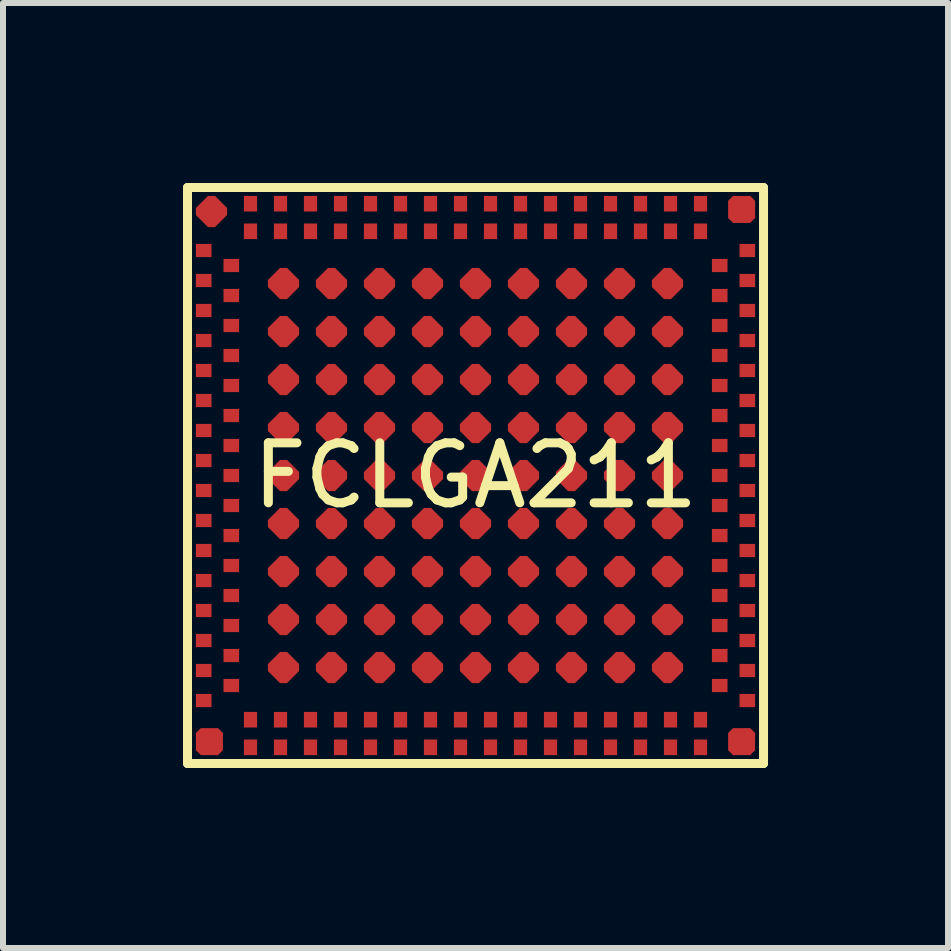
<source format=kicad_pcb>
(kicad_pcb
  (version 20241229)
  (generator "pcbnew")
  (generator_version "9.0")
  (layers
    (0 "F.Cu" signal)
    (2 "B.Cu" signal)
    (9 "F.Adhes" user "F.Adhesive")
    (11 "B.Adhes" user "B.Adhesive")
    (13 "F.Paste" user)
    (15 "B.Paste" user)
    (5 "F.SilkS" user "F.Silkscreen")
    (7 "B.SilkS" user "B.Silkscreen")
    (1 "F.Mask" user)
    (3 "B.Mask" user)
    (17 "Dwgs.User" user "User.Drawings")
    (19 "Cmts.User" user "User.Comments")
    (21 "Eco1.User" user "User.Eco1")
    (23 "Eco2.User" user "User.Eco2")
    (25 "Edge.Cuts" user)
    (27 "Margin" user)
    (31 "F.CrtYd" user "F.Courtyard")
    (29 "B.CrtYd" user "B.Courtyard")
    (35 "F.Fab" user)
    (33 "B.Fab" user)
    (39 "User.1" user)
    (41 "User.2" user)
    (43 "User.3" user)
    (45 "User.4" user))
  (footprint "FCLGA211"
    (layer "F.Cu")
    (at 4.875 4.875)
    (property "Reference" "FCLGA211" (at 0 0 0) (layer "F.SilkS") (effects (font (size 1 1) (thickness 0.15))))
    (attr through_hole)
    (fp_line (start -4.8 -4.8) (end 4.8 -4.8) (stroke (width 0.15) (type solid)) (layer "F.SilkS"))
    (fp_line (start -4.8 4.8) (end -4.8 -4.8) (stroke (width 0.15) (type solid)) (layer "F.SilkS"))
    (fp_line (start 4.8 -4.8) (end 4.8 4.8) (stroke (width 0.15) (type solid)) (layer "F.SilkS"))
    (fp_line (start 4.8 4.8) (end -4.8 4.8) (stroke (width 0.15) (type solid)) (layer "F.SilkS"))
    (pad "2" smd rect (at -4.53 -3.75) (size 0.26 0.22) (layers "F.Cu" "F.Mask" "F.Paste"))
    (pad "3" smd rect (at -4.53 -3.25) (size 0.26 0.22) (layers "F.Cu" "F.Mask" "F.Paste"))
    (pad "4" smd rect (at -4.53 -2.75) (size 0.26 0.22) (layers "F.Cu" "F.Mask" "F.Paste"))
    (pad "5" smd rect (at -4.53 -2.25) (size 0.26 0.22) (layers "F.Cu" "F.Mask" "F.Paste"))
    (pad "6" smd rect (at -4.53 -1.75) (size 0.26 0.22) (layers "F.Cu" "F.Mask" "F.Paste"))
    (pad "7" smd rect (at -4.53 -1.25) (size 0.26 0.22) (layers "F.Cu" "F.Mask" "F.Paste"))
    (pad "8" smd rect (at -4.53 -0.75) (size 0.26 0.22) (layers "F.Cu" "F.Mask" "F.Paste"))
    (pad "9" smd rect (at -4.53 -0.25) (size 0.26 0.22) (layers "F.Cu" "F.Mask" "F.Paste"))
    (pad "10" smd rect (at -4.53 0.25) (size 0.26 0.22) (layers "F.Cu" "F.Mask" "F.Paste"))
    (pad "11" smd rect (at -4.53 0.75) (size 0.26 0.22) (layers "F.Cu" "F.Mask" "F.Paste"))
    (pad "12" smd rect (at -4.53 1.25) (size 0.26 0.22) (layers "F.Cu" "F.Mask" "F.Paste"))
    (pad "13" smd rect (at -4.53 1.75) (size 0.26 0.22) (layers "F.Cu" "F.Mask" "F.Paste"))
    (pad "14" smd rect (at -4.53 2.25) (size 0.26 0.22) (layers "F.Cu" "F.Mask" "F.Paste"))
    (pad "15" smd rect (at -4.53 2.75) (size 0.26 0.22) (layers "F.Cu" "F.Mask" "F.Paste"))
    (pad "16" smd rect (at -4.53 3.25) (size 0.26 0.22) (layers "F.Cu" "F.Mask" "F.Paste"))
    (pad "17" smd rect (at -4.53 3.75) (size 0.26 0.22) (layers "F.Cu" "F.Mask" "F.Paste"))
    (pad "18" smd custom (at -4.435 4.435) (size 0.1 0.1) (layers "F.Cu" "F.Mask" "F.Paste") (options (anchor rect)) (primitives (gr_poly (pts (xy -0.143 -0.225) (xy -0.225 -0.143) (xy -0.225 0.143) (xy -0.143 0.225) (xy 0.143 0.225) (xy 0.225 0.143) (xy 0.225 -0.143) (xy 0.143 -0.225)) (width 0) (fill yes))))
    (pad "19" smd rect (at -3.75 4.53 90) (size 0.26 0.22) (layers "F.Cu" "F.Mask" "F.Paste"))
    (pad "20" smd rect (at -3.25 4.53 90) (size 0.26 0.22) (layers "F.Cu" "F.Mask" "F.Paste"))
    (pad "21" smd rect (at -2.75 4.53 90) (size 0.26 0.22) (layers "F.Cu" "F.Mask" "F.Paste"))
    (pad "22" smd rect (at -2.25 4.53 90) (size 0.26 0.22) (layers "F.Cu" "F.Mask" "F.Paste"))
    (pad "23" smd rect (at -1.75 4.53 90) (size 0.26 0.22) (layers "F.Cu" "F.Mask" "F.Paste"))
    (pad "24" smd rect (at -1.25 4.53 90) (size 0.26 0.22) (layers "F.Cu" "F.Mask" "F.Paste"))
    (pad "25" smd rect (at -0.75 4.53 90) (size 0.26 0.22) (layers "F.Cu" "F.Mask" "F.Paste"))
    (pad "26" smd rect (at -0.25 4.53 90) (size 0.26 0.22) (layers "F.Cu" "F.Mask" "F.Paste"))
    (pad "27" smd rect (at 0.25 4.53 90) (size 0.26 0.22) (layers "F.Cu" "F.Mask" "F.Paste"))
    (pad "28" smd rect (at 0.75 4.53 90) (size 0.26 0.22) (layers "F.Cu" "F.Mask" "F.Paste"))
    (pad "29" smd rect (at 1.25 4.53 90) (size 0.26 0.22) (layers "F.Cu" "F.Mask" "F.Paste"))
    (pad "30" smd rect (at 1.75 4.53 90) (size 0.26 0.22) (layers "F.Cu" "F.Mask" "F.Paste"))
    (pad "31" smd rect (at 2.25 4.53 90) (size 0.26 0.22) (layers "F.Cu" "F.Mask" "F.Paste"))
    (pad "32" smd rect (at 2.75 4.53 90) (size 0.26 0.22) (layers "F.Cu" "F.Mask" "F.Paste"))
    (pad "33" smd rect (at 3.25 4.53 90) (size 0.26 0.22) (layers "F.Cu" "F.Mask" "F.Paste"))
    (pad "34" smd rect (at 3.75 4.53 90) (size 0.26 0.22) (layers "F.Cu" "F.Mask" "F.Paste"))
    (pad "35" smd custom (at 4.435 4.435) (size 0.1 0.1) (layers "F.Cu" "F.Mask" "F.Paste") (options (anchor rect)) (primitives (gr_poly (pts (xy -0.143 -0.225) (xy -0.225 -0.143) (xy -0.225 0.143) (xy -0.143 0.225) (xy 0.143 0.225) (xy 0.225 0.143) (xy 0.225 -0.143) (xy 0.143 -0.225)) (width 0) (fill yes))))
    (pad "36" smd rect (at 4.53 3.75) (size 0.26 0.22) (layers "F.Cu" "F.Mask" "F.Paste"))
    (pad "37" smd rect (at 4.53 3.25) (size 0.26 0.22) (layers "F.Cu" "F.Mask" "F.Paste"))
    (pad "38" smd rect (at 4.53 2.75) (size 0.26 0.22) (layers "F.Cu" "F.Mask" "F.Paste"))
    (pad "39" smd rect (at 4.53 2.25) (size 0.26 0.22) (layers "F.Cu" "F.Mask" "F.Paste"))
    (pad "40" smd rect (at 4.53 1.75) (size 0.26 0.22) (layers "F.Cu" "F.Mask" "F.Paste"))
    (pad "41" smd rect (at 4.53 1.25) (size 0.26 0.22) (layers "F.Cu" "F.Mask" "F.Paste"))
    (pad "42" smd rect (at 4.53 0.75) (size 0.26 0.22) (layers "F.Cu" "F.Mask" "F.Paste"))
    (pad "43" smd rect (at 4.53 0.25) (size 0.26 0.22) (layers "F.Cu" "F.Mask" "F.Paste"))
    (pad "44" smd rect (at 4.53 -0.25) (size 0.26 0.22) (layers "F.Cu" "F.Mask" "F.Paste"))
    (pad "45" smd rect (at 4.53 -0.75) (size 0.26 0.22) (layers "F.Cu" "F.Mask" "F.Paste"))
    (pad "46" smd rect (at 4.53 -1.25) (size 0.26 0.22) (layers "F.Cu" "F.Mask" "F.Paste"))
    (pad "47" smd rect (at 4.53 -1.75) (size 0.26 0.22) (layers "F.Cu" "F.Mask" "F.Paste"))
    (pad "48" smd rect (at 4.53 -2.25) (size 0.26 0.22) (layers "F.Cu" "F.Mask" "F.Paste"))
    (pad "49" smd rect (at 4.53 -2.75) (size 0.26 0.22) (layers "F.Cu" "F.Mask" "F.Paste"))
    (pad "50" smd rect (at 4.53 -3.25) (size 0.26 0.22) (layers "F.Cu" "F.Mask" "F.Paste"))
    (pad "51" smd rect (at 4.53 -3.75) (size 0.26 0.22) (layers "F.Cu" "F.Mask" "F.Paste"))
    (pad "52" smd custom (at 4.435 -4.435) (size 0.1 0.1) (layers "F.Cu" "F.Mask" "F.Paste") (options (anchor rect)) (primitives (gr_poly (pts (xy -0.143 -0.225) (xy -0.225 -0.143) (xy -0.225 0.143) (xy -0.143 0.225) (xy 0.143 0.225) (xy 0.225 0.143) (xy 0.225 -0.143) (xy 0.143 -0.225)) (width 0) (fill yes))))
    (pad "53" smd rect (at 3.75 -4.53 90) (size 0.26 0.22) (layers "F.Cu" "F.Mask" "F.Paste"))
    (pad "54" smd rect (at 3.25 -4.53 90) (size 0.26 0.22) (layers "F.Cu" "F.Mask" "F.Paste"))
    (pad "55" smd rect (at 2.75 -4.53 90) (size 0.26 0.22) (layers "F.Cu" "F.Mask" "F.Paste"))
    (pad "56" smd rect (at 2.25 -4.53 90) (size 0.26 0.22) (layers "F.Cu" "F.Mask" "F.Paste"))
    (pad "57" smd rect (at 1.75 -4.53 90) (size 0.26 0.22) (layers "F.Cu" "F.Mask" "F.Paste"))
    (pad "58" smd rect (at 1.25 -4.53 90) (size 0.26 0.22) (layers "F.Cu" "F.Mask" "F.Paste"))
    (pad "59" smd rect (at 0.75 -4.53 90) (size 0.26 0.22) (layers "F.Cu" "F.Mask" "F.Paste"))
    (pad "60" smd rect (at 0.25 -4.53 90) (size 0.26 0.22) (layers "F.Cu" "F.Mask" "F.Paste"))
    (pad "61" smd rect (at -0.25 -4.53 90) (size 0.26 0.22) (layers "F.Cu" "F.Mask" "F.Paste"))
    (pad "62" smd rect (at -0.75 -4.53 90) (size 0.26 0.22) (layers "F.Cu" "F.Mask" "F.Paste"))
    (pad "63" smd rect (at -1.25 -4.53 90) (size 0.26 0.22) (layers "F.Cu" "F.Mask" "F.Paste"))
    (pad "64" smd rect (at -1.75 -4.53 90) (size 0.26 0.22) (layers "F.Cu" "F.Mask" "F.Paste"))
    (pad "65" smd rect (at -2.25 -4.53 90) (size 0.26 0.22) (layers "F.Cu" "F.Mask" "F.Paste"))
    (pad "66" smd rect (at -2.75 -4.53 90) (size 0.26 0.22) (layers "F.Cu" "F.Mask" "F.Paste"))
    (pad "67" smd rect (at -3.25 -4.53 90) (size 0.26 0.22) (layers "F.Cu" "F.Mask" "F.Paste"))
    (pad "68" smd rect (at -3.75 -4.53 90) (size 0.26 0.22) (layers "F.Cu" "F.Mask" "F.Paste"))
    (pad "69" smd rect (at -4.07 -3.5) (size 0.26 0.22) (layers "F.Cu" "F.Mask" "F.Paste"))
    (pad "70" smd rect (at -4.07 -3) (size 0.26 0.22) (layers "F.Cu" "F.Mask" "F.Paste"))
    (pad "71" smd rect (at -4.07 -2.5) (size 0.26 0.22) (layers "F.Cu" "F.Mask" "F.Paste"))
    (pad "72" smd rect (at -4.07 -2) (size 0.26 0.22) (layers "F.Cu" "F.Mask" "F.Paste"))
    (pad "73" smd rect (at -4.07 -1.5) (size 0.26 0.22) (layers "F.Cu" "F.Mask" "F.Paste"))
    (pad "74" smd rect (at -4.07 -1) (size 0.26 0.22) (layers "F.Cu" "F.Mask" "F.Paste"))
    (pad "75" smd rect (at -4.07 -0.5) (size 0.26 0.22) (layers "F.Cu" "F.Mask" "F.Paste"))
    (pad "76" smd rect (at -4.07 0) (size 0.26 0.22) (layers "F.Cu" "F.Mask" "F.Paste"))
    (pad "77" smd rect (at -4.07 0.5) (size 0.26 0.22) (layers "F.Cu" "F.Mask" "F.Paste"))
    (pad "78" smd rect (at -4.07 1) (size 0.26 0.22) (layers "F.Cu" "F.Mask" "F.Paste"))
    (pad "79" smd rect (at -4.07 1.5) (size 0.26 0.22) (layers "F.Cu" "F.Mask" "F.Paste"))
    (pad "80" smd rect (at -4.07 2) (size 0.26 0.22) (layers "F.Cu" "F.Mask" "F.Paste"))
    (pad "81" smd rect (at -4.07 2.5) (size 0.26 0.22) (layers "F.Cu" "F.Mask" "F.Paste"))
    (pad "82" smd rect (at -4.07 3) (size 0.26 0.22) (layers "F.Cu" "F.Mask" "F.Paste"))
    (pad "83" smd rect (at -4.07 3.5) (size 0.26 0.22) (layers "F.Cu" "F.Mask" "F.Paste"))
    (pad "84" smd rect (at -3.75 4.07 90) (size 0.26 0.22) (layers "F.Cu" "F.Mask" "F.Paste"))
    (pad "85" smd rect (at -3.25 4.07 90) (size 0.26 0.22) (layers "F.Cu" "F.Mask" "F.Paste"))
    (pad "86" smd rect (at -2.75 4.07 90) (size 0.26 0.22) (layers "F.Cu" "F.Mask" "F.Paste"))
    (pad "87" smd rect (at -2.25 4.07 90) (size 0.26 0.22) (layers "F.Cu" "F.Mask" "F.Paste"))
    (pad "88" smd rect (at -1.75 4.07 90) (size 0.26 0.22) (layers "F.Cu" "F.Mask" "F.Paste"))
    (pad "89" smd rect (at -1.25 4.07 90) (size 0.26 0.22) (layers "F.Cu" "F.Mask" "F.Paste"))
    (pad "90" smd rect (at -0.75 4.07 90) (size 0.26 0.22) (layers "F.Cu" "F.Mask" "F.Paste"))
    (pad "91" smd rect (at -0.25 4.07 90) (size 0.26 0.22) (layers "F.Cu" "F.Mask" "F.Paste"))
    (pad "92" smd rect (at 0.25 4.07 90) (size 0.26 0.22) (layers "F.Cu" "F.Mask" "F.Paste"))
    (pad "93" smd rect (at 0.75 4.07 90) (size 0.26 0.22) (layers "F.Cu" "F.Mask" "F.Paste"))
    (pad "94" smd rect (at 1.25 4.07 90) (size 0.26 0.22) (layers "F.Cu" "F.Mask" "F.Paste"))
    (pad "95" smd rect (at 1.75 4.07 90) (size 0.26 0.22) (layers "F.Cu" "F.Mask" "F.Paste"))
    (pad "96" smd rect (at 2.25 4.07 90) (size 0.26 0.22) (layers "F.Cu" "F.Mask" "F.Paste"))
    (pad "97" smd rect (at 2.75 4.07 90) (size 0.26 0.22) (layers "F.Cu" "F.Mask" "F.Paste"))
    (pad "98" smd rect (at 3.25 4.07 90) (size 0.26 0.22) (layers "F.Cu" "F.Mask" "F.Paste"))
    (pad "99" smd rect (at 3.75 4.07 90) (size 0.26 0.22) (layers "F.Cu" "F.Mask" "F.Paste"))
    (pad "100" smd rect (at 4.07 3.5) (size 0.26 0.22) (layers "F.Cu" "F.Mask" "F.Paste"))
    (pad "101" smd rect (at 4.07 3) (size 0.26 0.22) (layers "F.Cu" "F.Mask" "F.Paste"))
    (pad "102" smd rect (at 4.07 2.5) (size 0.26 0.22) (layers "F.Cu" "F.Mask" "F.Paste"))
    (pad "103" smd rect (at 4.07 2) (size 0.26 0.22) (layers "F.Cu" "F.Mask" "F.Paste"))
    (pad "104" smd rect (at 4.07 1.5) (size 0.26 0.22) (layers "F.Cu" "F.Mask" "F.Paste"))
    (pad "105" smd rect (at 4.07 1) (size 0.26 0.22) (layers "F.Cu" "F.Mask" "F.Paste"))
    (pad "106" smd rect (at 4.07 0.5) (size 0.26 0.22) (layers "F.Cu" "F.Mask" "F.Paste"))
    (pad "107" smd rect (at 4.07 0) (size 0.26 0.22) (layers "F.Cu" "F.Mask" "F.Paste"))
    (pad "108" smd rect (at 4.07 -0.5) (size 0.26 0.22) (layers "F.Cu" "F.Mask" "F.Paste"))
    (pad "109" smd rect (at 4.07 -1) (size 0.26 0.22) (layers "F.Cu" "F.Mask" "F.Paste"))
    (pad "110" smd rect (at 4.07 -1.5) (size 0.26 0.22) (layers "F.Cu" "F.Mask" "F.Paste"))
    (pad "111" smd rect (at 4.07 -2) (size 0.26 0.22) (layers "F.Cu" "F.Mask" "F.Paste"))
    (pad "112" smd rect (at 4.07 -2.5) (size 0.26 0.22) (layers "F.Cu" "F.Mask" "F.Paste"))
    (pad "113" smd rect (at 4.07 -3) (size 0.26 0.22) (layers "F.Cu" "F.Mask" "F.Paste"))
    (pad "114" smd rect (at 4.07 -3.5) (size 0.26 0.22) (layers "F.Cu" "F.Mask" "F.Paste"))
    (pad "115" smd rect (at 3.75 -4.07 90) (size 0.26 0.22) (layers "F.Cu" "F.Mask" "F.Paste"))
    (pad "116" smd rect (at 3.25 -4.07 90) (size 0.26 0.22) (layers "F.Cu" "F.Mask" "F.Paste"))
    (pad "117" smd rect (at 2.75 -4.07 90) (size 0.26 0.22) (layers "F.Cu" "F.Mask" "F.Paste"))
    (pad "118" smd rect (at 2.25 -4.07 90) (size 0.26 0.22) (layers "F.Cu" "F.Mask" "F.Paste"))
    (pad "119" smd rect (at 1.75 -4.07 90) (size 0.26 0.22) (layers "F.Cu" "F.Mask" "F.Paste"))
    (pad "120" smd rect (at 1.25 -4.07 90) (size 0.26 0.22) (layers "F.Cu" "F.Mask" "F.Paste"))
    (pad "121" smd rect (at 0.75 -4.07 90) (size 0.26 0.22) (layers "F.Cu" "F.Mask" "F.Paste"))
    (pad "122" smd rect (at 0.25 -4.07 90) (size 0.26 0.22) (layers "F.Cu" "F.Mask" "F.Paste"))
    (pad "123" smd rect (at -0.25 -4.07 90) (size 0.26 0.22) (layers "F.Cu" "F.Mask" "F.Paste"))
    (pad "124" smd rect (at -0.75 -4.07 90) (size 0.26 0.22) (layers "F.Cu" "F.Mask" "F.Paste"))
    (pad "125" smd rect (at -1.25 -4.07 90) (size 0.26 0.22) (layers "F.Cu" "F.Mask" "F.Paste"))
    (pad "126" smd rect (at -1.75 -4.07 90) (size 0.26 0.22) (layers "F.Cu" "F.Mask" "F.Paste"))
    (pad "127" smd rect (at -2.25 -4.07 90) (size 0.26 0.22) (layers "F.Cu" "F.Mask" "F.Paste"))
    (pad "128" smd rect (at -2.75 -4.07 90) (size 0.26 0.22) (layers "F.Cu" "F.Mask" "F.Paste"))
    (pad "129" smd rect (at -3.25 -4.07 90) (size 0.26 0.22) (layers "F.Cu" "F.Mask" "F.Paste"))
    (pad "130" smd rect (at -3.75 -4.07 90) (size 0.26 0.22) (layers "F.Cu" "F.Mask" "F.Paste"))
    (pad "131" smd custom (at -3.2 -3.2) (size 0.1 0.1) (layers "F.Cu" "F.Mask" "F.Paste") (options (anchor rect)) (primitives (gr_poly (pts (xy 0.058 -0.26) (xy -0.058 -0.26) (xy -0.26 -0.058) (xy -0.26 0.058) (xy -0.058 0.26) (xy 0.058 0.26) (xy 0.26 0.058) (xy 0.26 -0.058)) (width 0) (fill yes))))
    (pad "132" smd custom (at -4.4 -4.4) (size 0.1 0.1) (layers "F.Cu" "F.Mask" "F.Paste") (options (anchor rect)) (primitives (gr_poly (pts (xy 0.058 -0.26) (xy -0.058 -0.26) (xy -0.26 -0.058) (xy -0.26 0.058) (xy -0.058 0.26) (xy 0.058 0.26) (xy 0.26 0.058) (xy 0.26 -0.058)) (width 0) (fill yes))))
    (pad "132" smd custom (at -2.4 -3.2) (size 0.1 0.1) (layers "F.Cu" "F.Mask" "F.Paste") (options (anchor rect)) (primitives (gr_poly (pts (xy 0.058 -0.26) (xy -0.058 -0.26) (xy -0.26 -0.058) (xy -0.26 0.058) (xy -0.058 0.26) (xy 0.058 0.26) (xy 0.26 0.058) (xy 0.26 -0.058)) (width 0) (fill yes))))
    (pad "133" smd custom (at -1.6 -3.2) (size 0.1 0.1) (layers "F.Cu" "F.Mask" "F.Paste") (options (anchor rect)) (primitives (gr_poly (pts (xy 0.058 -0.26) (xy -0.058 -0.26) (xy -0.26 -0.058) (xy -0.26 0.058) (xy -0.058 0.26) (xy 0.058 0.26) (xy 0.26 0.058) (xy 0.26 -0.058)) (width 0) (fill yes))))
    (pad "134" smd custom (at -0.8 -3.2) (size 0.1 0.1) (layers "F.Cu" "F.Mask" "F.Paste") (options (anchor rect)) (primitives (gr_poly (pts (xy 0.058 -0.26) (xy -0.058 -0.26) (xy -0.26 -0.058) (xy -0.26 0.058) (xy -0.058 0.26) (xy 0.058 0.26) (xy 0.26 0.058) (xy 0.26 -0.058)) (width 0) (fill yes))))
    (pad "135" smd custom (at 0 -3.2) (size 0.1 0.1) (layers "F.Cu" "F.Mask" "F.Paste") (options (anchor rect)) (primitives (gr_poly (pts (xy 0.058 -0.26) (xy -0.058 -0.26) (xy -0.26 -0.058) (xy -0.26 0.058) (xy -0.058 0.26) (xy 0.058 0.26) (xy 0.26 0.058) (xy 0.26 -0.058)) (width 0) (fill yes))))
    (pad "136" smd custom (at 0.8 -3.2) (size 0.1 0.1) (layers "F.Cu" "F.Mask" "F.Paste") (options (anchor rect)) (primitives (gr_poly (pts (xy 0.058 -0.26) (xy -0.058 -0.26) (xy -0.26 -0.058) (xy -0.26 0.058) (xy -0.058 0.26) (xy 0.058 0.26) (xy 0.26 0.058) (xy 0.26 -0.058)) (width 0) (fill yes))))
    (pad "137" smd custom (at 1.6 -3.2) (size 0.1 0.1) (layers "F.Cu" "F.Mask" "F.Paste") (options (anchor rect)) (primitives (gr_poly (pts (xy 0.058 -0.26) (xy -0.058 -0.26) (xy -0.26 -0.058) (xy -0.26 0.058) (xy -0.058 0.26) (xy 0.058 0.26) (xy 0.26 0.058) (xy 0.26 -0.058)) (width 0) (fill yes))))
    (pad "138" smd custom (at 2.4 -3.2) (size 0.1 0.1) (layers "F.Cu" "F.Mask" "F.Paste") (options (anchor rect)) (primitives (gr_poly (pts (xy 0.058 -0.26) (xy -0.058 -0.26) (xy -0.26 -0.058) (xy -0.26 0.058) (xy -0.058 0.26) (xy 0.058 0.26) (xy 0.26 0.058) (xy 0.26 -0.058)) (width 0) (fill yes))))
    (pad "139" smd custom (at 3.2 -3.2) (size 0.1 0.1) (layers "F.Cu" "F.Mask" "F.Paste") (options (anchor rect)) (primitives (gr_poly (pts (xy 0.058 -0.26) (xy -0.058 -0.26) (xy -0.26 -0.058) (xy -0.26 0.058) (xy -0.058 0.26) (xy 0.058 0.26) (xy 0.26 0.058) (xy 0.26 -0.058)) (width 0) (fill yes))))
    (pad "140" smd custom (at -3.2 -2.4) (size 0.1 0.1) (layers "F.Cu" "F.Mask" "F.Paste") (options (anchor rect)) (primitives (gr_poly (pts (xy 0.058 -0.26) (xy -0.058 -0.26) (xy -0.26 -0.058) (xy -0.26 0.058) (xy -0.058 0.26) (xy 0.058 0.26) (xy 0.26 0.058) (xy 0.26 -0.058)) (width 0) (fill yes))))
    (pad "141" smd custom (at -2.4 -2.4) (size 0.1 0.1) (layers "F.Cu" "F.Mask" "F.Paste") (options (anchor rect)) (primitives (gr_poly (pts (xy 0.058 -0.26) (xy -0.058 -0.26) (xy -0.26 -0.058) (xy -0.26 0.058) (xy -0.058 0.26) (xy 0.058 0.26) (xy 0.26 0.058) (xy 0.26 -0.058)) (width 0) (fill yes))))
    (pad "142" smd custom (at -1.6 -2.4) (size 0.1 0.1) (layers "F.Cu" "F.Mask" "F.Paste") (options (anchor rect)) (primitives (gr_poly (pts (xy 0.058 -0.26) (xy -0.058 -0.26) (xy -0.26 -0.058) (xy -0.26 0.058) (xy -0.058 0.26) (xy 0.058 0.26) (xy 0.26 0.058) (xy 0.26 -0.058)) (width 0) (fill yes))))
    (pad "143" smd custom (at -0.8 -2.4) (size 0.1 0.1) (layers "F.Cu" "F.Mask" "F.Paste") (options (anchor rect)) (primitives (gr_poly (pts (xy 0.058 -0.26) (xy -0.058 -0.26) (xy -0.26 -0.058) (xy -0.26 0.058) (xy -0.058 0.26) (xy 0.058 0.26) (xy 0.26 0.058) (xy 0.26 -0.058)) (width 0) (fill yes))))
    (pad "144" smd custom (at 0 -2.4) (size 0.1 0.1) (layers "F.Cu" "F.Mask" "F.Paste") (options (anchor rect)) (primitives (gr_poly (pts (xy 0.058 -0.26) (xy -0.058 -0.26) (xy -0.26 -0.058) (xy -0.26 0.058) (xy -0.058 0.26) (xy 0.058 0.26) (xy 0.26 0.058) (xy 0.26 -0.058)) (width 0) (fill yes))))
    (pad "145" smd custom (at 0.8 -2.4) (size 0.1 0.1) (layers "F.Cu" "F.Mask" "F.Paste") (options (anchor rect)) (primitives (gr_poly (pts (xy 0.058 -0.26) (xy -0.058 -0.26) (xy -0.26 -0.058) (xy -0.26 0.058) (xy -0.058 0.26) (xy 0.058 0.26) (xy 0.26 0.058) (xy 0.26 -0.058)) (width 0) (fill yes))))
    (pad "146" smd custom (at 1.6 -2.4) (size 0.1 0.1) (layers "F.Cu" "F.Mask" "F.Paste") (options (anchor rect)) (primitives (gr_poly (pts (xy 0.058 -0.26) (xy -0.058 -0.26) (xy -0.26 -0.058) (xy -0.26 0.058) (xy -0.058 0.26) (xy 0.058 0.26) (xy 0.26 0.058) (xy 0.26 -0.058)) (width 0) (fill yes))))
    (pad "147" smd custom (at 2.4 -2.4) (size 0.1 0.1) (layers "F.Cu" "F.Mask" "F.Paste") (options (anchor rect)) (primitives (gr_poly (pts (xy 0.058 -0.26) (xy -0.058 -0.26) (xy -0.26 -0.058) (xy -0.26 0.058) (xy -0.058 0.26) (xy 0.058 0.26) (xy 0.26 0.058) (xy 0.26 -0.058)) (width 0) (fill yes))))
    (pad "148" smd custom (at 3.2 -2.4) (size 0.1 0.1) (layers "F.Cu" "F.Mask" "F.Paste") (options (anchor rect)) (primitives (gr_poly (pts (xy 0.058 -0.26) (xy -0.058 -0.26) (xy -0.26 -0.058) (xy -0.26 0.058) (xy -0.058 0.26) (xy 0.058 0.26) (xy 0.26 0.058) (xy 0.26 -0.058)) (width 0) (fill yes))))
    (pad "149" smd custom (at -3.2 -1.6) (size 0.1 0.1) (layers "F.Cu" "F.Mask" "F.Paste") (options (anchor rect)) (primitives (gr_poly (pts (xy 0.058 -0.26) (xy -0.058 -0.26) (xy -0.26 -0.058) (xy -0.26 0.058) (xy -0.058 0.26) (xy 0.058 0.26) (xy 0.26 0.058) (xy 0.26 -0.058)) (width 0) (fill yes))))
    (pad "150" smd custom (at -2.4 -1.6) (size 0.1 0.1) (layers "F.Cu" "F.Mask" "F.Paste") (options (anchor rect)) (primitives (gr_poly (pts (xy 0.058 -0.26) (xy -0.058 -0.26) (xy -0.26 -0.058) (xy -0.26 0.058) (xy -0.058 0.26) (xy 0.058 0.26) (xy 0.26 0.058) (xy 0.26 -0.058)) (width 0) (fill yes))))
    (pad "151" smd custom (at -1.6 -1.6) (size 0.1 0.1) (layers "F.Cu" "F.Mask" "F.Paste") (options (anchor rect)) (primitives (gr_poly (pts (xy 0.058 -0.26) (xy -0.058 -0.26) (xy -0.26 -0.058) (xy -0.26 0.058) (xy -0.058 0.26) (xy 0.058 0.26) (xy 0.26 0.058) (xy 0.26 -0.058)) (width 0) (fill yes))))
    (pad "152" smd custom (at -0.8 -1.6) (size 0.1 0.1) (layers "F.Cu" "F.Mask" "F.Paste") (options (anchor rect)) (primitives (gr_poly (pts (xy 0.058 -0.26) (xy -0.058 -0.26) (xy -0.26 -0.058) (xy -0.26 0.058) (xy -0.058 0.26) (xy 0.058 0.26) (xy 0.26 0.058) (xy 0.26 -0.058)) (width 0) (fill yes))))
    (pad "153" smd custom (at 0 -1.6) (size 0.1 0.1) (layers "F.Cu" "F.Mask" "F.Paste") (options (anchor rect)) (primitives (gr_poly (pts (xy 0.058 -0.26) (xy -0.058 -0.26) (xy -0.26 -0.058) (xy -0.26 0.058) (xy -0.058 0.26) (xy 0.058 0.26) (xy 0.26 0.058) (xy 0.26 -0.058)) (width 0) (fill yes))))
    (pad "154" smd custom (at 0.8 -1.6) (size 0.1 0.1) (layers "F.Cu" "F.Mask" "F.Paste") (options (anchor rect)) (primitives (gr_poly (pts (xy 0.058 -0.26) (xy -0.058 -0.26) (xy -0.26 -0.058) (xy -0.26 0.058) (xy -0.058 0.26) (xy 0.058 0.26) (xy 0.26 0.058) (xy 0.26 -0.058)) (width 0) (fill yes))))
    (pad "155" smd custom (at 1.6 -1.6) (size 0.1 0.1) (layers "F.Cu" "F.Mask" "F.Paste") (options (anchor rect)) (primitives (gr_poly (pts (xy 0.058 -0.26) (xy -0.058 -0.26) (xy -0.26 -0.058) (xy -0.26 0.058) (xy -0.058 0.26) (xy 0.058 0.26) (xy 0.26 0.058) (xy 0.26 -0.058)) (width 0) (fill yes))))
    (pad "156" smd custom (at 2.4 -1.6) (size 0.1 0.1) (layers "F.Cu" "F.Mask" "F.Paste") (options (anchor rect)) (primitives (gr_poly (pts (xy 0.058 -0.26) (xy -0.058 -0.26) (xy -0.26 -0.058) (xy -0.26 0.058) (xy -0.058 0.26) (xy 0.058 0.26) (xy 0.26 0.058) (xy 0.26 -0.058)) (width 0) (fill yes))))
    (pad "157" smd custom (at 3.2 -1.6) (size 0.1 0.1) (layers "F.Cu" "F.Mask" "F.Paste") (options (anchor rect)) (primitives (gr_poly (pts (xy 0.058 -0.26) (xy -0.058 -0.26) (xy -0.26 -0.058) (xy -0.26 0.058) (xy -0.058 0.26) (xy 0.058 0.26) (xy 0.26 0.058) (xy 0.26 -0.058)) (width 0) (fill yes))))
    (pad "158" smd custom (at -3.2 -0.8) (size 0.1 0.1) (layers "F.Cu" "F.Mask" "F.Paste") (options (anchor rect)) (primitives (gr_poly (pts (xy 0.058 -0.26) (xy -0.058 -0.26) (xy -0.26 -0.058) (xy -0.26 0.058) (xy -0.058 0.26) (xy 0.058 0.26) (xy 0.26 0.058) (xy 0.26 -0.058)) (width 0) (fill yes))))
    (pad "159" smd custom (at -2.4 -0.8) (size 0.1 0.1) (layers "F.Cu" "F.Mask" "F.Paste") (options (anchor rect)) (primitives (gr_poly (pts (xy 0.058 -0.26) (xy -0.058 -0.26) (xy -0.26 -0.058) (xy -0.26 0.058) (xy -0.058 0.26) (xy 0.058 0.26) (xy 0.26 0.058) (xy 0.26 -0.058)) (width 0) (fill yes))))
    (pad "160" smd custom (at -1.6 -0.8) (size 0.1 0.1) (layers "F.Cu" "F.Mask" "F.Paste") (options (anchor rect)) (primitives (gr_poly (pts (xy 0.058 -0.26) (xy -0.058 -0.26) (xy -0.26 -0.058) (xy -0.26 0.058) (xy -0.058 0.26) (xy 0.058 0.26) (xy 0.26 0.058) (xy 0.26 -0.058)) (width 0) (fill yes))))
    (pad "161" smd custom (at -0.8 -0.8) (size 0.1 0.1) (layers "F.Cu" "F.Mask" "F.Paste") (options (anchor rect)) (primitives (gr_poly (pts (xy 0.058 -0.26) (xy -0.058 -0.26) (xy -0.26 -0.058) (xy -0.26 0.058) (xy -0.058 0.26) (xy 0.058 0.26) (xy 0.26 0.058) (xy 0.26 -0.058)) (width 0) (fill yes))))
    (pad "162" smd custom (at 0 -0.8) (size 0.1 0.1) (layers "F.Cu" "F.Mask" "F.Paste") (options (anchor rect)) (primitives (gr_poly (pts (xy 0.058 -0.26) (xy -0.058 -0.26) (xy -0.26 -0.058) (xy -0.26 0.058) (xy -0.058 0.26) (xy 0.058 0.26) (xy 0.26 0.058) (xy 0.26 -0.058)) (width 0) (fill yes))))
    (pad "163" smd custom (at 0.8 -0.8) (size 0.1 0.1) (layers "F.Cu" "F.Mask" "F.Paste") (options (anchor rect)) (primitives (gr_poly (pts (xy 0.058 -0.26) (xy -0.058 -0.26) (xy -0.26 -0.058) (xy -0.26 0.058) (xy -0.058 0.26) (xy 0.058 0.26) (xy 0.26 0.058) (xy 0.26 -0.058)) (width 0) (fill yes))))
    (pad "164" smd custom (at 1.6 -0.8) (size 0.1 0.1) (layers "F.Cu" "F.Mask" "F.Paste") (options (anchor rect)) (primitives (gr_poly (pts (xy 0.058 -0.26) (xy -0.058 -0.26) (xy -0.26 -0.058) (xy -0.26 0.058) (xy -0.058 0.26) (xy 0.058 0.26) (xy 0.26 0.058) (xy 0.26 -0.058)) (width 0) (fill yes))))
    (pad "165" smd custom (at 2.4 -0.8) (size 0.1 0.1) (layers "F.Cu" "F.Mask" "F.Paste") (options (anchor rect)) (primitives (gr_poly (pts (xy 0.058 -0.26) (xy -0.058 -0.26) (xy -0.26 -0.058) (xy -0.26 0.058) (xy -0.058 0.26) (xy 0.058 0.26) (xy 0.26 0.058) (xy 0.26 -0.058)) (width 0) (fill yes))))
    (pad "166" smd custom (at 3.2 -0.8) (size 0.1 0.1) (layers "F.Cu" "F.Mask" "F.Paste") (options (anchor rect)) (primitives (gr_poly (pts (xy 0.058 -0.26) (xy -0.058 -0.26) (xy -0.26 -0.058) (xy -0.26 0.058) (xy -0.058 0.26) (xy 0.058 0.26) (xy 0.26 0.058) (xy 0.26 -0.058)) (width 0) (fill yes))))
    (pad "167" smd custom (at -3.2 0) (size 0.1 0.1) (layers "F.Cu" "F.Mask" "F.Paste") (options (anchor rect)) (primitives (gr_poly (pts (xy 0.058 -0.26) (xy -0.058 -0.26) (xy -0.26 -0.058) (xy -0.26 0.058) (xy -0.058 0.26) (xy 0.058 0.26) (xy 0.26 0.058) (xy 0.26 -0.058)) (width 0) (fill yes))))
    (pad "168" smd custom (at -2.4 0) (size 0.1 0.1) (layers "F.Cu" "F.Mask" "F.Paste") (options (anchor rect)) (primitives (gr_poly (pts (xy 0.058 -0.26) (xy -0.058 -0.26) (xy -0.26 -0.058) (xy -0.26 0.058) (xy -0.058 0.26) (xy 0.058 0.26) (xy 0.26 0.058) (xy 0.26 -0.058)) (width 0) (fill yes))))
    (pad "169" smd custom (at -1.6 0) (size 0.1 0.1) (layers "F.Cu" "F.Mask" "F.Paste") (options (anchor rect)) (primitives (gr_poly (pts (xy 0.058 -0.26) (xy -0.058 -0.26) (xy -0.26 -0.058) (xy -0.26 0.058) (xy -0.058 0.26) (xy 0.058 0.26) (xy 0.26 0.058) (xy 0.26 -0.058)) (width 0) (fill yes))))
    (pad "170" smd custom (at -0.8 0) (size 0.1 0.1) (layers "F.Cu" "F.Mask" "F.Paste") (options (anchor rect)) (primitives (gr_poly (pts (xy 0.058 -0.26) (xy -0.058 -0.26) (xy -0.26 -0.058) (xy -0.26 0.058) (xy -0.058 0.26) (xy 0.058 0.26) (xy 0.26 0.058) (xy 0.26 -0.058)) (width 0) (fill yes))))
    (pad "171" smd custom (at 0 0) (size 0.1 0.1) (layers "F.Cu" "F.Mask" "F.Paste") (options (anchor rect)) (primitives (gr_poly (pts (xy 0.058 -0.26) (xy -0.058 -0.26) (xy -0.26 -0.058) (xy -0.26 0.058) (xy -0.058 0.26) (xy 0.058 0.26) (xy 0.26 0.058) (xy 0.26 -0.058)) (width 0) (fill yes))))
    (pad "172" smd custom (at 0.8 0) (size 0.1 0.1) (layers "F.Cu" "F.Mask" "F.Paste") (options (anchor rect)) (primitives (gr_poly (pts (xy 0.058 -0.26) (xy -0.058 -0.26) (xy -0.26 -0.058) (xy -0.26 0.058) (xy -0.058 0.26) (xy 0.058 0.26) (xy 0.26 0.058) (xy 0.26 -0.058)) (width 0) (fill yes))))
    (pad "173" smd custom (at 1.6 0) (size 0.1 0.1) (layers "F.Cu" "F.Mask" "F.Paste") (options (anchor rect)) (primitives (gr_poly (pts (xy 0.058 -0.26) (xy -0.058 -0.26) (xy -0.26 -0.058) (xy -0.26 0.058) (xy -0.058 0.26) (xy 0.058 0.26) (xy 0.26 0.058) (xy 0.26 -0.058)) (width 0) (fill yes))))
    (pad "174" smd custom (at 2.4 0) (size 0.1 0.1) (layers "F.Cu" "F.Mask" "F.Paste") (options (anchor rect)) (primitives (gr_poly (pts (xy 0.058 -0.26) (xy -0.058 -0.26) (xy -0.26 -0.058) (xy -0.26 0.058) (xy -0.058 0.26) (xy 0.058 0.26) (xy 0.26 0.058) (xy 0.26 -0.058)) (width 0) (fill yes))))
    (pad "175" smd custom (at 3.2 0) (size 0.1 0.1) (layers "F.Cu" "F.Mask" "F.Paste") (options (anchor rect)) (primitives (gr_poly (pts (xy 0.058 -0.26) (xy -0.058 -0.26) (xy -0.26 -0.058) (xy -0.26 0.058) (xy -0.058 0.26) (xy 0.058 0.26) (xy 0.26 0.058) (xy 0.26 -0.058)) (width 0) (fill yes))))
    (pad "176" smd custom (at -3.2 0.8) (size 0.1 0.1) (layers "F.Cu" "F.Mask" "F.Paste") (options (anchor rect)) (primitives (gr_poly (pts (xy 0.058 -0.26) (xy -0.058 -0.26) (xy -0.26 -0.058) (xy -0.26 0.058) (xy -0.058 0.26) (xy 0.058 0.26) (xy 0.26 0.058) (xy 0.26 -0.058)) (width 0) (fill yes))))
    (pad "177" smd custom (at -2.4 0.8) (size 0.1 0.1) (layers "F.Cu" "F.Mask" "F.Paste") (options (anchor rect)) (primitives (gr_poly (pts (xy 0.058 -0.26) (xy -0.058 -0.26) (xy -0.26 -0.058) (xy -0.26 0.058) (xy -0.058 0.26) (xy 0.058 0.26) (xy 0.26 0.058) (xy 0.26 -0.058)) (width 0) (fill yes))))
    (pad "178" smd custom (at -1.6 0.8) (size 0.1 0.1) (layers "F.Cu" "F.Mask" "F.Paste") (options (anchor rect)) (primitives (gr_poly (pts (xy 0.058 -0.26) (xy -0.058 -0.26) (xy -0.26 -0.058) (xy -0.26 0.058) (xy -0.058 0.26) (xy 0.058 0.26) (xy 0.26 0.058) (xy 0.26 -0.058)) (width 0) (fill yes))))
    (pad "179" smd custom (at -0.8 0.8) (size 0.1 0.1) (layers "F.Cu" "F.Mask" "F.Paste") (options (anchor rect)) (primitives (gr_poly (pts (xy 0.058 -0.26) (xy -0.058 -0.26) (xy -0.26 -0.058) (xy -0.26 0.058) (xy -0.058 0.26) (xy 0.058 0.26) (xy 0.26 0.058) (xy 0.26 -0.058)) (width 0) (fill yes))))
    (pad "180" smd custom (at 0 0.8) (size 0.1 0.1) (layers "F.Cu" "F.Mask" "F.Paste") (options (anchor rect)) (primitives (gr_poly (pts (xy 0.058 -0.26) (xy -0.058 -0.26) (xy -0.26 -0.058) (xy -0.26 0.058) (xy -0.058 0.26) (xy 0.058 0.26) (xy 0.26 0.058) (xy 0.26 -0.058)) (width 0) (fill yes))))
    (pad "181" smd custom (at 0.8 0.8) (size 0.1 0.1) (layers "F.Cu" "F.Mask" "F.Paste") (options (anchor rect)) (primitives (gr_poly (pts (xy 0.058 -0.26) (xy -0.058 -0.26) (xy -0.26 -0.058) (xy -0.26 0.058) (xy -0.058 0.26) (xy 0.058 0.26) (xy 0.26 0.058) (xy 0.26 -0.058)) (width 0) (fill yes))))
    (pad "182" smd custom (at 1.6 0.8) (size 0.1 0.1) (layers "F.Cu" "F.Mask" "F.Paste") (options (anchor rect)) (primitives (gr_poly (pts (xy 0.058 -0.26) (xy -0.058 -0.26) (xy -0.26 -0.058) (xy -0.26 0.058) (xy -0.058 0.26) (xy 0.058 0.26) (xy 0.26 0.058) (xy 0.26 -0.058)) (width 0) (fill yes))))
    (pad "183" smd custom (at 2.4 0.8) (size 0.1 0.1) (layers "F.Cu" "F.Mask" "F.Paste") (options (anchor rect)) (primitives (gr_poly (pts (xy 0.058 -0.26) (xy -0.058 -0.26) (xy -0.26 -0.058) (xy -0.26 0.058) (xy -0.058 0.26) (xy 0.058 0.26) (xy 0.26 0.058) (xy 0.26 -0.058)) (width 0) (fill yes))))
    (pad "184" smd custom (at 3.2 0.8) (size 0.1 0.1) (layers "F.Cu" "F.Mask" "F.Paste") (options (anchor rect)) (primitives (gr_poly (pts (xy 0.058 -0.26) (xy -0.058 -0.26) (xy -0.26 -0.058) (xy -0.26 0.058) (xy -0.058 0.26) (xy 0.058 0.26) (xy 0.26 0.058) (xy 0.26 -0.058)) (width 0) (fill yes))))
    (pad "185" smd custom (at -3.2 1.6) (size 0.1 0.1) (layers "F.Cu" "F.Mask" "F.Paste") (options (anchor rect)) (primitives (gr_poly (pts (xy 0.058 -0.26) (xy -0.058 -0.26) (xy -0.26 -0.058) (xy -0.26 0.058) (xy -0.058 0.26) (xy 0.058 0.26) (xy 0.26 0.058) (xy 0.26 -0.058)) (width 0) (fill yes))))
    (pad "186" smd custom (at -2.4 1.6) (size 0.1 0.1) (layers "F.Cu" "F.Mask" "F.Paste") (options (anchor rect)) (primitives (gr_poly (pts (xy 0.058 -0.26) (xy -0.058 -0.26) (xy -0.26 -0.058) (xy -0.26 0.058) (xy -0.058 0.26) (xy 0.058 0.26) (xy 0.26 0.058) (xy 0.26 -0.058)) (width 0) (fill yes))))
    (pad "187" smd custom (at -1.6 1.6) (size 0.1 0.1) (layers "F.Cu" "F.Mask" "F.Paste") (options (anchor rect)) (primitives (gr_poly (pts (xy 0.058 -0.26) (xy -0.058 -0.26) (xy -0.26 -0.058) (xy -0.26 0.058) (xy -0.058 0.26) (xy 0.058 0.26) (xy 0.26 0.058) (xy 0.26 -0.058)) (width 0) (fill yes))))
    (pad "188" smd custom (at -0.8 1.6) (size 0.1 0.1) (layers "F.Cu" "F.Mask" "F.Paste") (options (anchor rect)) (primitives (gr_poly (pts (xy 0.058 -0.26) (xy -0.058 -0.26) (xy -0.26 -0.058) (xy -0.26 0.058) (xy -0.058 0.26) (xy 0.058 0.26) (xy 0.26 0.058) (xy 0.26 -0.058)) (width 0) (fill yes))))
    (pad "189" smd custom (at 0 1.6) (size 0.1 0.1) (layers "F.Cu" "F.Mask" "F.Paste") (options (anchor rect)) (primitives (gr_poly (pts (xy 0.058 -0.26) (xy -0.058 -0.26) (xy -0.26 -0.058) (xy -0.26 0.058) (xy -0.058 0.26) (xy 0.058 0.26) (xy 0.26 0.058) (xy 0.26 -0.058)) (width 0) (fill yes))))
    (pad "190" smd custom (at 0.8 1.6) (size 0.1 0.1) (layers "F.Cu" "F.Mask" "F.Paste") (options (anchor rect)) (primitives (gr_poly (pts (xy 0.058 -0.26) (xy -0.058 -0.26) (xy -0.26 -0.058) (xy -0.26 0.058) (xy -0.058 0.26) (xy 0.058 0.26) (xy 0.26 0.058) (xy 0.26 -0.058)) (width 0) (fill yes))))
    (pad "191" smd custom (at 1.6 1.6) (size 0.1 0.1) (layers "F.Cu" "F.Mask" "F.Paste") (options (anchor rect)) (primitives (gr_poly (pts (xy 0.058 -0.26) (xy -0.058 -0.26) (xy -0.26 -0.058) (xy -0.26 0.058) (xy -0.058 0.26) (xy 0.058 0.26) (xy 0.26 0.058) (xy 0.26 -0.058)) (width 0) (fill yes))))
    (pad "192" smd custom (at 2.4 1.6) (size 0.1 0.1) (layers "F.Cu" "F.Mask" "F.Paste") (options (anchor rect)) (primitives (gr_poly (pts (xy 0.058 -0.26) (xy -0.058 -0.26) (xy -0.26 -0.058) (xy -0.26 0.058) (xy -0.058 0.26) (xy 0.058 0.26) (xy 0.26 0.058) (xy 0.26 -0.058)) (width 0) (fill yes))))
    (pad "193" smd custom (at 3.2 1.6) (size 0.1 0.1) (layers "F.Cu" "F.Mask" "F.Paste") (options (anchor rect)) (primitives (gr_poly (pts (xy 0.058 -0.26) (xy -0.058 -0.26) (xy -0.26 -0.058) (xy -0.26 0.058) (xy -0.058 0.26) (xy 0.058 0.26) (xy 0.26 0.058) (xy 0.26 -0.058)) (width 0) (fill yes))))
    (pad "194" smd custom (at -3.2 2.4) (size 0.1 0.1) (layers "F.Cu" "F.Mask" "F.Paste") (options (anchor rect)) (primitives (gr_poly (pts (xy 0.058 -0.26) (xy -0.058 -0.26) (xy -0.26 -0.058) (xy -0.26 0.058) (xy -0.058 0.26) (xy 0.058 0.26) (xy 0.26 0.058) (xy 0.26 -0.058)) (width 0) (fill yes))))
    (pad "195" smd custom (at -2.4 2.4) (size 0.1 0.1) (layers "F.Cu" "F.Mask" "F.Paste") (options (anchor rect)) (primitives (gr_poly (pts (xy 0.058 -0.26) (xy -0.058 -0.26) (xy -0.26 -0.058) (xy -0.26 0.058) (xy -0.058 0.26) (xy 0.058 0.26) (xy 0.26 0.058) (xy 0.26 -0.058)) (width 0) (fill yes))))
    (pad "196" smd custom (at -1.6 2.4) (size 0.1 0.1) (layers "F.Cu" "F.Mask" "F.Paste") (options (anchor rect)) (primitives (gr_poly (pts (xy 0.058 -0.26) (xy -0.058 -0.26) (xy -0.26 -0.058) (xy -0.26 0.058) (xy -0.058 0.26) (xy 0.058 0.26) (xy 0.26 0.058) (xy 0.26 -0.058)) (width 0) (fill yes))))
    (pad "197" smd custom (at -0.8 2.4) (size 0.1 0.1) (layers "F.Cu" "F.Mask" "F.Paste") (options (anchor rect)) (primitives (gr_poly (pts (xy 0.058 -0.26) (xy -0.058 -0.26) (xy -0.26 -0.058) (xy -0.26 0.058) (xy -0.058 0.26) (xy 0.058 0.26) (xy 0.26 0.058) (xy 0.26 -0.058)) (width 0) (fill yes))))
    (pad "198" smd custom (at 0 2.4) (size 0.1 0.1) (layers "F.Cu" "F.Mask" "F.Paste") (options (anchor rect)) (primitives (gr_poly (pts (xy 0.058 -0.26) (xy -0.058 -0.26) (xy -0.26 -0.058) (xy -0.26 0.058) (xy -0.058 0.26) (xy 0.058 0.26) (xy 0.26 0.058) (xy 0.26 -0.058)) (width 0) (fill yes))))
    (pad "199" smd custom (at 0.8 2.4) (size 0.1 0.1) (layers "F.Cu" "F.Mask" "F.Paste") (options (anchor rect)) (primitives (gr_poly (pts (xy 0.058 -0.26) (xy -0.058 -0.26) (xy -0.26 -0.058) (xy -0.26 0.058) (xy -0.058 0.26) (xy 0.058 0.26) (xy 0.26 0.058) (xy 0.26 -0.058)) (width 0) (fill yes))))
    (pad "200" smd custom (at 1.6 2.4) (size 0.1 0.1) (layers "F.Cu" "F.Mask" "F.Paste") (options (anchor rect)) (primitives (gr_poly (pts (xy 0.058 -0.26) (xy -0.058 -0.26) (xy -0.26 -0.058) (xy -0.26 0.058) (xy -0.058 0.26) (xy 0.058 0.26) (xy 0.26 0.058) (xy 0.26 -0.058)) (width 0) (fill yes))))
    (pad "201" smd custom (at 2.4 2.4) (size 0.1 0.1) (layers "F.Cu" "F.Mask" "F.Paste") (options (anchor rect)) (primitives (gr_poly (pts (xy 0.058 -0.26) (xy -0.058 -0.26) (xy -0.26 -0.058) (xy -0.26 0.058) (xy -0.058 0.26) (xy 0.058 0.26) (xy 0.26 0.058) (xy 0.26 -0.058)) (width 0) (fill yes))))
    (pad "202" smd custom (at 3.2 2.4) (size 0.1 0.1) (layers "F.Cu" "F.Mask" "F.Paste") (options (anchor rect)) (primitives (gr_poly (pts (xy 0.058 -0.26) (xy -0.058 -0.26) (xy -0.26 -0.058) (xy -0.26 0.058) (xy -0.058 0.26) (xy 0.058 0.26) (xy 0.26 0.058) (xy 0.26 -0.058)) (width 0) (fill yes))))
    (pad "203" smd custom (at -3.2 3.2) (size 0.1 0.1) (layers "F.Cu" "F.Mask" "F.Paste") (options (anchor rect)) (primitives (gr_poly (pts (xy 0.058 -0.26) (xy -0.058 -0.26) (xy -0.26 -0.058) (xy -0.26 0.058) (xy -0.058 0.26) (xy 0.058 0.26) (xy 0.26 0.058) (xy 0.26 -0.058)) (width 0) (fill yes))))
    (pad "204" smd custom (at -2.4 3.2) (size 0.1 0.1) (layers "F.Cu" "F.Mask" "F.Paste") (options (anchor rect)) (primitives (gr_poly (pts (xy 0.058 -0.26) (xy -0.058 -0.26) (xy -0.26 -0.058) (xy -0.26 0.058) (xy -0.058 0.26) (xy 0.058 0.26) (xy 0.26 0.058) (xy 0.26 -0.058)) (width 0) (fill yes))))
    (pad "205" smd custom (at -1.6 3.2) (size 0.1 0.1) (layers "F.Cu" "F.Mask" "F.Paste") (options (anchor rect)) (primitives (gr_poly (pts (xy 0.058 -0.26) (xy -0.058 -0.26) (xy -0.26 -0.058) (xy -0.26 0.058) (xy -0.058 0.26) (xy 0.058 0.26) (xy 0.26 0.058) (xy 0.26 -0.058)) (width 0) (fill yes))))
    (pad "206" smd custom (at -0.8 3.2) (size 0.1 0.1) (layers "F.Cu" "F.Mask" "F.Paste") (options (anchor rect)) (primitives (gr_poly (pts (xy 0.058 -0.26) (xy -0.058 -0.26) (xy -0.26 -0.058) (xy -0.26 0.058) (xy -0.058 0.26) (xy 0.058 0.26) (xy 0.26 0.058) (xy 0.26 -0.058)) (width 0) (fill yes))))
    (pad "207" smd custom (at 0 3.2) (size 0.1 0.1) (layers "F.Cu" "F.Mask" "F.Paste") (options (anchor rect)) (primitives (gr_poly (pts (xy 0.058 -0.26) (xy -0.058 -0.26) (xy -0.26 -0.058) (xy -0.26 0.058) (xy -0.058 0.26) (xy 0.058 0.26) (xy 0.26 0.058) (xy 0.26 -0.058)) (width 0) (fill yes))))
    (pad "208" smd custom (at 0.8 3.2) (size 0.1 0.1) (layers "F.Cu" "F.Mask" "F.Paste") (options (anchor rect)) (primitives (gr_poly (pts (xy 0.058 -0.26) (xy -0.058 -0.26) (xy -0.26 -0.058) (xy -0.26 0.058) (xy -0.058 0.26) (xy 0.058 0.26) (xy 0.26 0.058) (xy 0.26 -0.058)) (width 0) (fill yes))))
    (pad "209" smd custom (at 1.6 3.2) (size 0.1 0.1) (layers "F.Cu" "F.Mask" "F.Paste") (options (anchor rect)) (primitives (gr_poly (pts (xy 0.058 -0.26) (xy -0.058 -0.26) (xy -0.26 -0.058) (xy -0.26 0.058) (xy -0.058 0.26) (xy 0.058 0.26) (xy 0.26 0.058) (xy 0.26 -0.058)) (width 0) (fill yes))))
    (pad "210" smd custom (at 2.4 3.2) (size 0.1 0.1) (layers "F.Cu" "F.Mask" "F.Paste") (options (anchor rect)) (primitives (gr_poly (pts (xy 0.058 -0.26) (xy -0.058 -0.26) (xy -0.26 -0.058) (xy -0.26 0.058) (xy -0.058 0.26) (xy 0.058 0.26) (xy 0.26 0.058) (xy 0.26 -0.058)) (width 0) (fill yes))))
    (pad "211" smd custom (at 3.2 3.2) (size 0.1 0.1) (layers "F.Cu" "F.Mask" "F.Paste") (options (anchor rect)) (primitives (gr_poly (pts (xy 0.058 -0.26) (xy -0.058 -0.26) (xy -0.26 -0.058) (xy -0.26 0.058) (xy -0.058 0.26) (xy 0.058 0.26) (xy 0.26 0.058) (xy 0.26 -0.058)) (width 0) (fill yes)))))
  (gr_rect
    (start -3 -3)
    (end 12.75 12.75)
    (stroke (width 0.1) (type default))
    (fill no)
    (layer "Edge.Cuts")))
</source>
